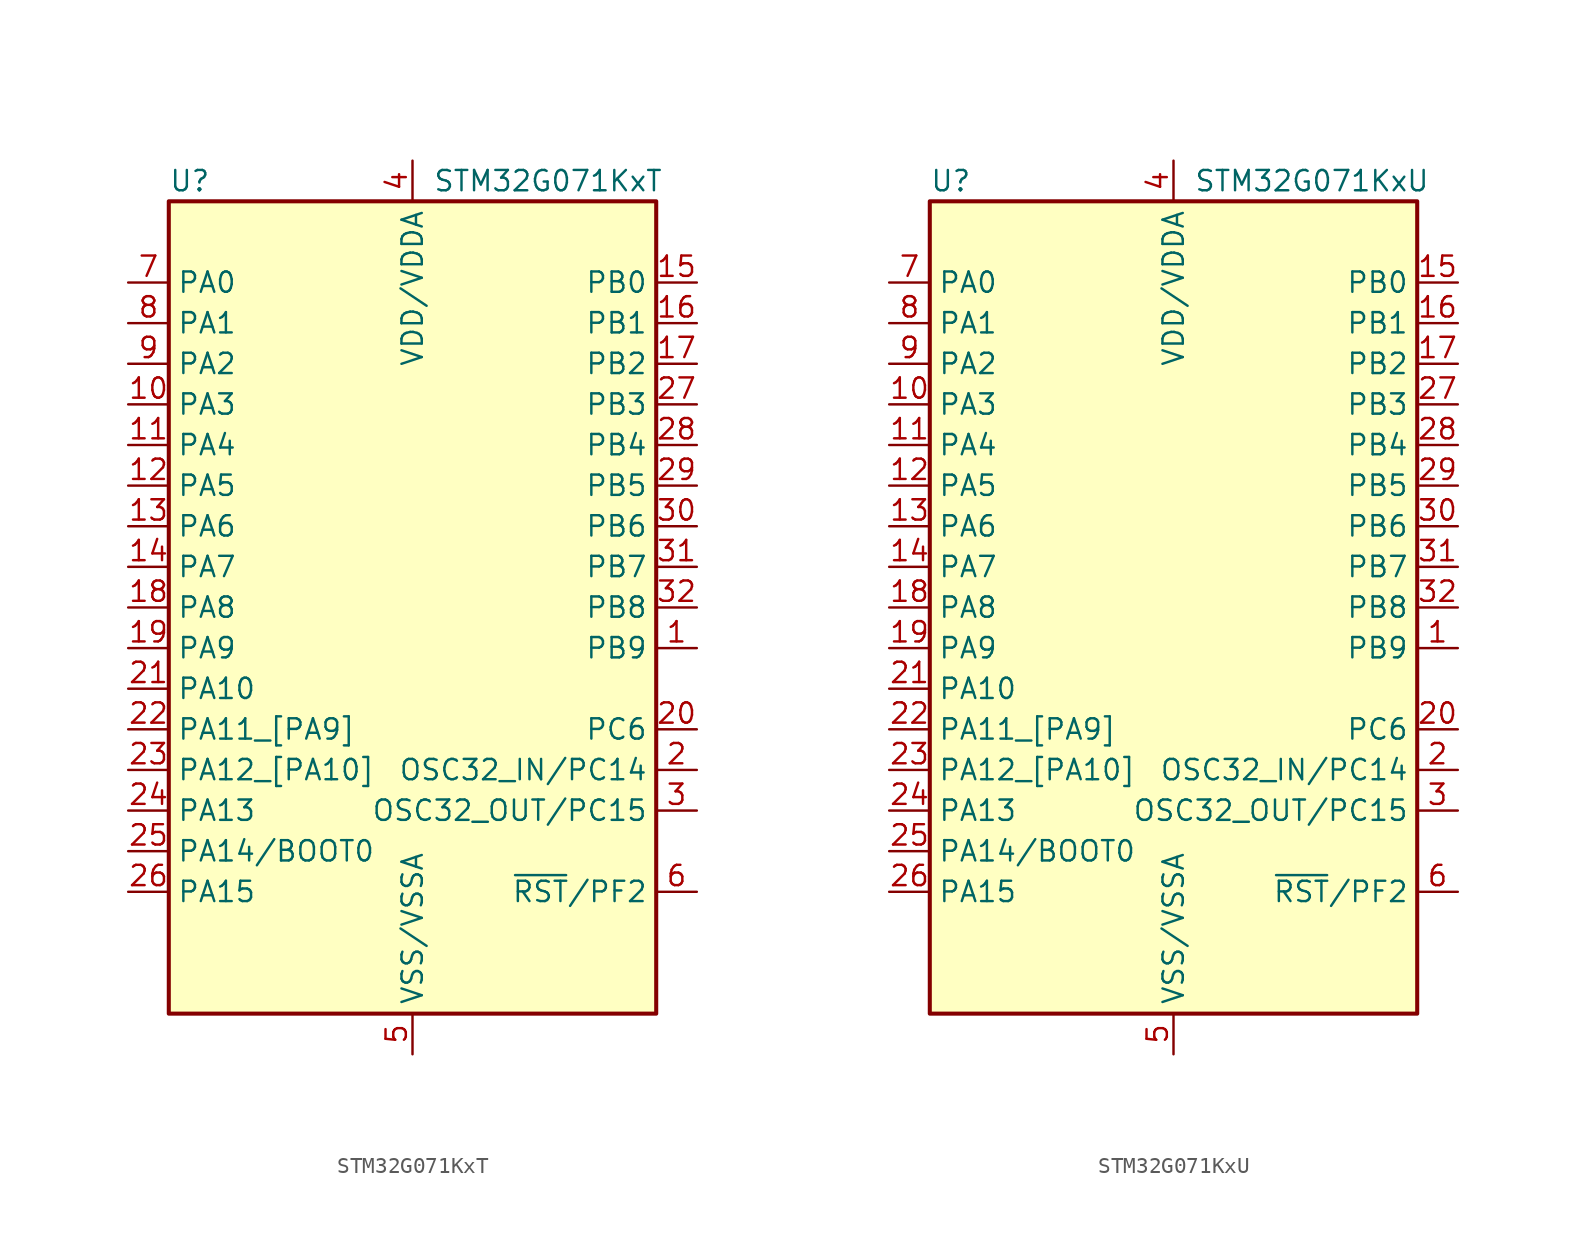
<source format=kicad_sym>
(kicad_symbol_lib
  (version 20201005)
  (generator kicad_symbol_editor)
  (symbol "STM32G071KxT"
    (property "Reference" "U"
      (at -15.24 26.67 0)
      (effects (font (size 1.27 1.27)) (justify left)))
    (property "Value" "STM32G071KxT"
      (at 1.27 26.67 0)
      (effects (font (size 1.27 1.27)) (justify left)))
    (symbol "STM32G071KxT_0_1"
      (rectangle (start -15.24 -25.4) (end 15.24 25.4) (stroke (width 0.254)) (fill (type background))))
    (symbol "STM32G071KxT_1_1"
      (pin bidirectional line (at 17.78 -2.54 180) (length 2.54) (name "PB9" (effects (font (size 1.27 1.27)))) (number "1" (effects (font (size 1.27 1.27)))))
      (pin bidirectional line (at -17.78 12.7 0) (length 2.54) (name "PA3" (effects (font (size 1.27 1.27)))) (number "10" (effects (font (size 1.27 1.27)))))
      (pin bidirectional line (at -17.78 10.16 0) (length 2.54) (name "PA4" (effects (font (size 1.27 1.27)))) (number "11" (effects (font (size 1.27 1.27)))))
      (pin bidirectional line (at -17.78 7.62 0) (length 2.54) (name "PA5" (effects (font (size 1.27 1.27)))) (number "12" (effects (font (size 1.27 1.27)))))
      (pin bidirectional line (at -17.78 5.08 0) (length 2.54) (name "PA6" (effects (font (size 1.27 1.27)))) (number "13" (effects (font (size 1.27 1.27)))))
      (pin bidirectional line (at -17.78 2.54 0) (length 2.54) (name "PA7" (effects (font (size 1.27 1.27)))) (number "14" (effects (font (size 1.27 1.27)))))
      (pin bidirectional line (at 17.78 20.32 180) (length 2.54) (name "PB0" (effects (font (size 1.27 1.27)))) (number "15" (effects (font (size 1.27 1.27)))))
      (pin bidirectional line (at 17.78 17.78 180) (length 2.54) (name "PB1" (effects (font (size 1.27 1.27)))) (number "16" (effects (font (size 1.27 1.27)))))
      (pin bidirectional line (at 17.78 15.24 180) (length 2.54) (name "PB2" (effects (font (size 1.27 1.27)))) (number "17" (effects (font (size 1.27 1.27)))))
      (pin bidirectional line (at -17.78 0 0) (length 2.54) (name "PA8" (effects (font (size 1.27 1.27)))) (number "18" (effects (font (size 1.27 1.27)))))
      (pin bidirectional line (at -17.78 -2.54 0) (length 2.54) (name "PA9" (effects (font (size 1.27 1.27)))) (number "19" (effects (font (size 1.27 1.27)))))
      (pin bidirectional line (at 17.78 -10.16 180) (length 2.54) (name "OSC32_IN/PC14" (effects (font (size 1.27 1.27)))) (number "2" (effects (font (size 1.27 1.27)))))
      (pin bidirectional line (at 17.78 -7.62 180) (length 2.54) (name "PC6" (effects (font (size 1.27 1.27)))) (number "20" (effects (font (size 1.27 1.27)))))
      (pin bidirectional line (at -17.78 -5.08 0) (length 2.54) (name "PA10" (effects (font (size 1.27 1.27)))) (number "21" (effects (font (size 1.27 1.27)))))
      (pin bidirectional line (at -17.78 -7.62 0) (length 2.54) (name "PA11_[PA9]" (effects (font (size 1.27 1.27)))) (number "22" (effects (font (size 1.27 1.27)))))
      (pin bidirectional line (at -17.78 -10.16 0) (length 2.54) (name "PA12_[PA10]" (effects (font (size 1.27 1.27)))) (number "23" (effects (font (size 1.27 1.27)))))
      (pin bidirectional line (at -17.78 -12.7 0) (length 2.54) (name "PA13" (effects (font (size 1.27 1.27)))) (number "24" (effects (font (size 1.27 1.27)))))
      (pin bidirectional line (at -17.78 -15.24 0) (length 2.54) (name "PA14/BOOT0" (effects (font (size 1.27 1.27)))) (number "25" (effects (font (size 1.27 1.27)))))
      (pin bidirectional line (at -17.78 -17.78 0) (length 2.54) (name "PA15" (effects (font (size 1.27 1.27)))) (number "26" (effects (font (size 1.27 1.27)))))
      (pin bidirectional line (at 17.78 12.7 180) (length 2.54) (name "PB3" (effects (font (size 1.27 1.27)))) (number "27" (effects (font (size 1.27 1.27)))))
      (pin bidirectional line (at 17.78 10.16 180) (length 2.54) (name "PB4" (effects (font (size 1.27 1.27)))) (number "28" (effects (font (size 1.27 1.27)))))
      (pin bidirectional line (at 17.78 7.62 180) (length 2.54) (name "PB5" (effects (font (size 1.27 1.27)))) (number "29" (effects (font (size 1.27 1.27)))))
      (pin bidirectional line (at 17.78 -12.7 180) (length 2.54) (name "OSC32_OUT/PC15" (effects (font (size 1.27 1.27)))) (number "3" (effects (font (size 1.27 1.27)))))
      (pin bidirectional line (at 17.78 5.08 180) (length 2.54) (name "PB6" (effects (font (size 1.27 1.27)))) (number "30" (effects (font (size 1.27 1.27)))))
      (pin bidirectional line (at 17.78 2.54 180) (length 2.54) (name "PB7" (effects (font (size 1.27 1.27)))) (number "31" (effects (font (size 1.27 1.27)))))
      (pin bidirectional line (at 17.78 0 180) (length 2.54) (name "PB8" (effects (font (size 1.27 1.27)))) (number "32" (effects (font (size 1.27 1.27)))))
      (pin power_in line (at 0 27.94 270) (length 2.54) (name "VDD/VDDA" (effects (font (size 1.27 1.27)))) (number "4" (effects (font (size 1.27 1.27)))))
      (pin power_in line (at 0 -27.94 90) (length 2.54) (name "VSS/VSSA" (effects (font (size 1.27 1.27)))) (number "5" (effects (font (size 1.27 1.27)))))
      (pin bidirectional line (at 17.78 -17.78 180) (length 2.54) (name "~RST~/PF2" (effects (font (size 1.27 1.27)))) (number "6" (effects (font (size 1.27 1.27)))))
      (pin bidirectional line (at -17.78 20.32 0) (length 2.54) (name "PA0" (effects (font (size 1.27 1.27)))) (number "7" (effects (font (size 1.27 1.27)))))
      (pin bidirectional line (at -17.78 17.78 0) (length 2.54) (name "PA1" (effects (font (size 1.27 1.27)))) (number "8" (effects (font (size 1.27 1.27)))))
      (pin bidirectional line (at -17.78 15.24 0) (length 2.54) (name "PA2" (effects (font (size 1.27 1.27)))) (number "9" (effects (font (size 1.27 1.27)))))))
  (symbol "STM32G071KxU"
    (property "Reference" "U"
      (at -15.24 26.67 0)
      (effects (font (size 1.27 1.27)) (justify left)))
    (property "Value" "STM32G071KxU"
      (at 1.27 26.67 0)
      (effects (font (size 1.27 1.27)) (justify left)))
    (symbol "STM32G071KxU_0_1"
      (rectangle (start -15.24 -25.4) (end 15.24 25.4) (stroke (width 0.254)) (fill (type background))))
    (symbol "STM32G071KxU_1_1"
      (pin bidirectional line (at 17.78 -2.54 180) (length 2.54) (name "PB9" (effects (font (size 1.27 1.27)))) (number "1" (effects (font (size 1.27 1.27)))))
      (pin bidirectional line (at -17.78 12.7 0) (length 2.54) (name "PA3" (effects (font (size 1.27 1.27)))) (number "10" (effects (font (size 1.27 1.27)))))
      (pin bidirectional line (at -17.78 10.16 0) (length 2.54) (name "PA4" (effects (font (size 1.27 1.27)))) (number "11" (effects (font (size 1.27 1.27)))))
      (pin bidirectional line (at -17.78 7.62 0) (length 2.54) (name "PA5" (effects (font (size 1.27 1.27)))) (number "12" (effects (font (size 1.27 1.27)))))
      (pin bidirectional line (at -17.78 5.08 0) (length 2.54) (name "PA6" (effects (font (size 1.27 1.27)))) (number "13" (effects (font (size 1.27 1.27)))))
      (pin bidirectional line (at -17.78 2.54 0) (length 2.54) (name "PA7" (effects (font (size 1.27 1.27)))) (number "14" (effects (font (size 1.27 1.27)))))
      (pin bidirectional line (at 17.78 20.32 180) (length 2.54) (name "PB0" (effects (font (size 1.27 1.27)))) (number "15" (effects (font (size 1.27 1.27)))))
      (pin bidirectional line (at 17.78 17.78 180) (length 2.54) (name "PB1" (effects (font (size 1.27 1.27)))) (number "16" (effects (font (size 1.27 1.27)))))
      (pin bidirectional line (at 17.78 15.24 180) (length 2.54) (name "PB2" (effects (font (size 1.27 1.27)))) (number "17" (effects (font (size 1.27 1.27)))))
      (pin bidirectional line (at -17.78 0 0) (length 2.54) (name "PA8" (effects (font (size 1.27 1.27)))) (number "18" (effects (font (size 1.27 1.27)))))
      (pin bidirectional line (at -17.78 -2.54 0) (length 2.54) (name "PA9" (effects (font (size 1.27 1.27)))) (number "19" (effects (font (size 1.27 1.27)))))
      (pin bidirectional line (at 17.78 -10.16 180) (length 2.54) (name "OSC32_IN/PC14" (effects (font (size 1.27 1.27)))) (number "2" (effects (font (size 1.27 1.27)))))
      (pin bidirectional line (at 17.78 -7.62 180) (length 2.54) (name "PC6" (effects (font (size 1.27 1.27)))) (number "20" (effects (font (size 1.27 1.27)))))
      (pin bidirectional line (at -17.78 -5.08 0) (length 2.54) (name "PA10" (effects (font (size 1.27 1.27)))) (number "21" (effects (font (size 1.27 1.27)))))
      (pin bidirectional line (at -17.78 -7.62 0) (length 2.54) (name "PA11_[PA9]" (effects (font (size 1.27 1.27)))) (number "22" (effects (font (size 1.27 1.27)))))
      (pin bidirectional line (at -17.78 -10.16 0) (length 2.54) (name "PA12_[PA10]" (effects (font (size 1.27 1.27)))) (number "23" (effects (font (size 1.27 1.27)))))
      (pin bidirectional line (at -17.78 -12.7 0) (length 2.54) (name "PA13" (effects (font (size 1.27 1.27)))) (number "24" (effects (font (size 1.27 1.27)))))
      (pin bidirectional line (at -17.78 -15.24 0) (length 2.54) (name "PA14/BOOT0" (effects (font (size 1.27 1.27)))) (number "25" (effects (font (size 1.27 1.27)))))
      (pin bidirectional line (at -17.78 -17.78 0) (length 2.54) (name "PA15" (effects (font (size 1.27 1.27)))) (number "26" (effects (font (size 1.27 1.27)))))
      (pin bidirectional line (at 17.78 12.7 180) (length 2.54) (name "PB3" (effects (font (size 1.27 1.27)))) (number "27" (effects (font (size 1.27 1.27)))))
      (pin bidirectional line (at 17.78 10.16 180) (length 2.54) (name "PB4" (effects (font (size 1.27 1.27)))) (number "28" (effects (font (size 1.27 1.27)))))
      (pin bidirectional line (at 17.78 7.62 180) (length 2.54) (name "PB5" (effects (font (size 1.27 1.27)))) (number "29" (effects (font (size 1.27 1.27)))))
      (pin bidirectional line (at 17.78 -12.7 180) (length 2.54) (name "OSC32_OUT/PC15" (effects (font (size 1.27 1.27)))) (number "3" (effects (font (size 1.27 1.27)))))
      (pin bidirectional line (at 17.78 5.08 180) (length 2.54) (name "PB6" (effects (font (size 1.27 1.27)))) (number "30" (effects (font (size 1.27 1.27)))))
      (pin bidirectional line (at 17.78 2.54 180) (length 2.54) (name "PB7" (effects (font (size 1.27 1.27)))) (number "31" (effects (font (size 1.27 1.27)))))
      (pin bidirectional line (at 17.78 0 180) (length 2.54) (name "PB8" (effects (font (size 1.27 1.27)))) (number "32" (effects (font (size 1.27 1.27)))))
      (pin passive line (at 0 -27.94 90) (length 2.54) hide (name "VSS/VSSA" (effects (font (size 1.27 1.27)))) (number "33" (effects (font (size 1.27 1.27)))))
      (pin power_in line (at 0 27.94 270) (length 2.54) (name "VDD/VDDA" (effects (font (size 1.27 1.27)))) (number "4" (effects (font (size 1.27 1.27)))))
      (pin power_in line (at 0 -27.94 90) (length 2.54) (name "VSS/VSSA" (effects (font (size 1.27 1.27)))) (number "5" (effects (font (size 1.27 1.27)))))
      (pin bidirectional line (at 17.78 -17.78 180) (length 2.54) (name "~RST~/PF2" (effects (font (size 1.27 1.27)))) (number "6" (effects (font (size 1.27 1.27)))))
      (pin bidirectional line (at -17.78 20.32 0) (length 2.54) (name "PA0" (effects (font (size 1.27 1.27)))) (number "7" (effects (font (size 1.27 1.27)))))
      (pin bidirectional line (at -17.78 17.78 0) (length 2.54) (name "PA1" (effects (font (size 1.27 1.27)))) (number "8" (effects (font (size 1.27 1.27)))))
      (pin bidirectional line (at -17.78 15.24 0) (length 2.54) (name "PA2" (effects (font (size 1.27 1.27)))) (number "9" (effects (font (size 1.27 1.27))))))))
</source>
